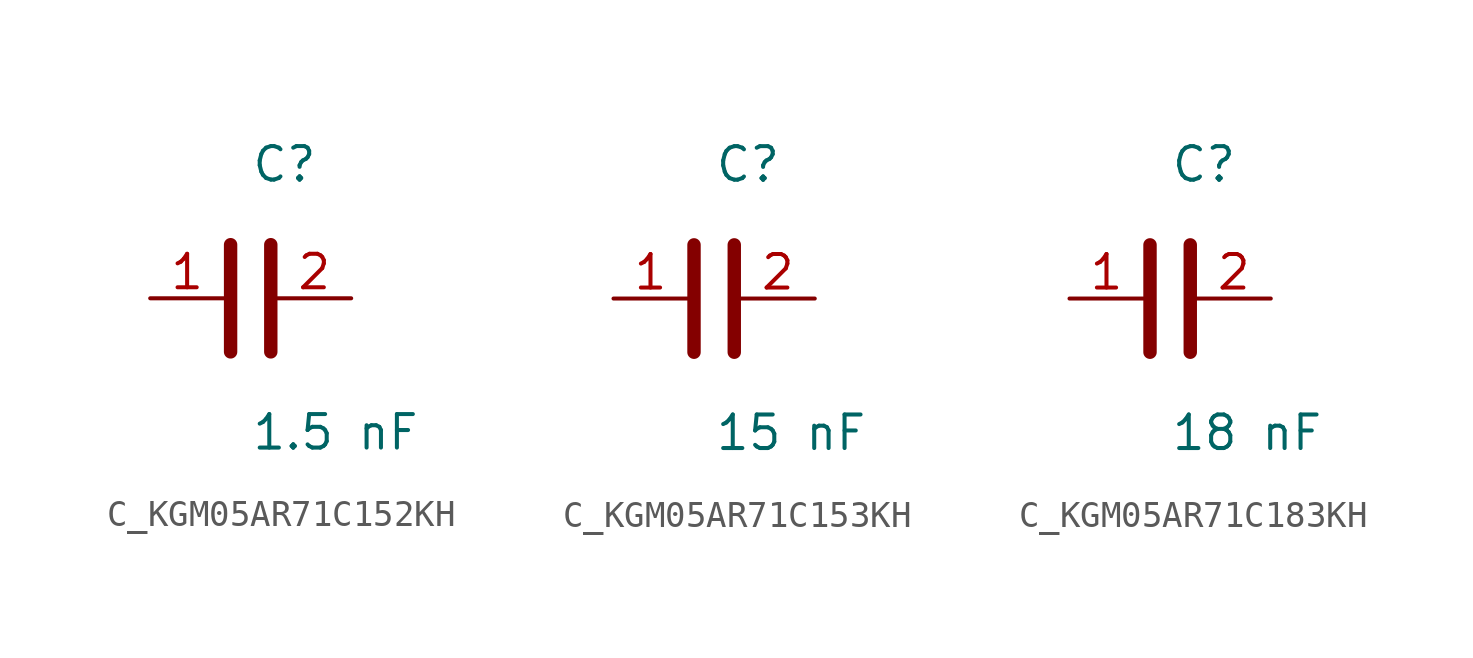
<source format=kicad_sym>
(kicad_symbol_lib
  (version 20231120)
  (generator kicad_symbol_editor)
  (generator_version 8.0)
  (symbol "C_KGM05AR71C152KH"
    (pin_names
      (offset 0.254))
    (property "Reference" "C"
      (at 0.0 5.08 0)
      (effects (font (size 1.27 1.27)) (justify left)))
    (property "Value" "1.5 nF"
      (at 0.0 -5.08 0)
      (effects (font (size 1.27 1.27)) (justify left)))
    (symbol "C_KGM05AR71C152KH_0_1"
      (polyline (pts (xy -0.762 -2.032) (xy -0.762 2.032)) (stroke (width 0.508) (type default)) (fill (type none)))
      (polyline (pts (xy 0.762 -2.032) (xy 0.762 2.032)) (stroke (width 0.508) (type default)) (fill (type none))))
    (pin unspecified line
      (at -3.81 0 0)
      (length 2.8)
      (name "" (effects (font (size 1.27 1.27))))
      (number "1" (effects (font (size 1.27 1.27)))))
    (pin unspecified line
      (at 3.81 0 180)
      (length 2.8)
      (name "" (effects (font (size 1.27 1.27))))
      (number "2" (effects (font (size 1.27 1.27))))))
  (symbol "C_KGM05AR71C153KH"
    (pin_names
      (offset 0.254))
    (property "Reference" "C"
      (at 0.0 5.08 0)
      (effects (font (size 1.27 1.27)) (justify left)))
    (property "Value" "15 nF"
      (at 0.0 -5.08 0)
      (effects (font (size 1.27 1.27)) (justify left)))
    (symbol "C_KGM05AR71C153KH_0_1"
      (polyline (pts (xy -0.762 -2.032) (xy -0.762 2.032)) (stroke (width 0.508) (type default)) (fill (type none)))
      (polyline (pts (xy 0.762 -2.032) (xy 0.762 2.032)) (stroke (width 0.508) (type default)) (fill (type none))))
    (pin unspecified line
      (at -3.81 0 0)
      (length 2.8)
      (name "" (effects (font (size 1.27 1.27))))
      (number "1" (effects (font (size 1.27 1.27)))))
    (pin unspecified line
      (at 3.81 0 180)
      (length 2.8)
      (name "" (effects (font (size 1.27 1.27))))
      (number "2" (effects (font (size 1.27 1.27))))))
  (symbol "C_KGM05AR71C183KH"
    (pin_names
      (offset 0.254))
    (property "Reference" "C"
      (at 0.0 5.08 0)
      (effects (font (size 1.27 1.27)) (justify left)))
    (property "Value" "18 nF"
      (at 0.0 -5.08 0)
      (effects (font (size 1.27 1.27)) (justify left)))
    (symbol "C_KGM05AR71C183KH_0_1"
      (polyline (pts (xy -0.762 -2.032) (xy -0.762 2.032)) (stroke (width 0.508) (type default)) (fill (type none)))
      (polyline (pts (xy 0.762 -2.032) (xy 0.762 2.032)) (stroke (width 0.508) (type default)) (fill (type none))))
    (pin unspecified line
      (at -3.81 0 0)
      (length 2.8)
      (name "" (effects (font (size 1.27 1.27))))
      (number "1" (effects (font (size 1.27 1.27)))))
    (pin unspecified line
      (at 3.81 0 180)
      (length 2.8)
      (name "" (effects (font (size 1.27 1.27))))
      (number "2" (effects (font (size 1.27 1.27)))))))
</source>
